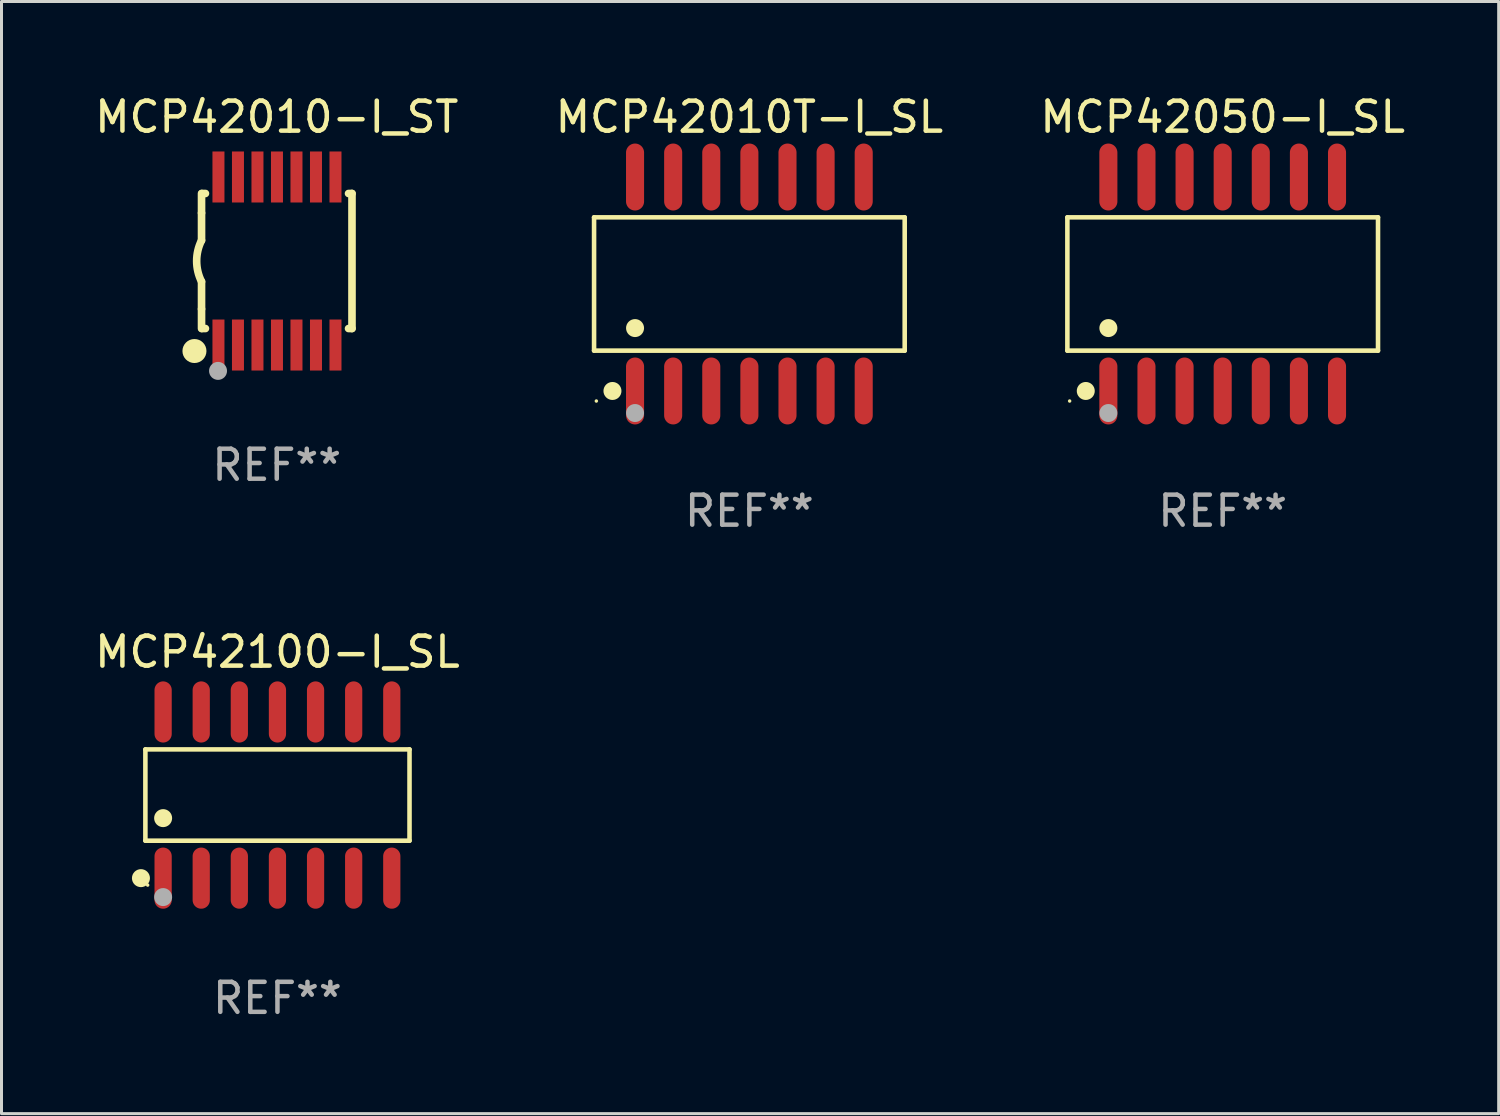
<source format=kicad_pcb>
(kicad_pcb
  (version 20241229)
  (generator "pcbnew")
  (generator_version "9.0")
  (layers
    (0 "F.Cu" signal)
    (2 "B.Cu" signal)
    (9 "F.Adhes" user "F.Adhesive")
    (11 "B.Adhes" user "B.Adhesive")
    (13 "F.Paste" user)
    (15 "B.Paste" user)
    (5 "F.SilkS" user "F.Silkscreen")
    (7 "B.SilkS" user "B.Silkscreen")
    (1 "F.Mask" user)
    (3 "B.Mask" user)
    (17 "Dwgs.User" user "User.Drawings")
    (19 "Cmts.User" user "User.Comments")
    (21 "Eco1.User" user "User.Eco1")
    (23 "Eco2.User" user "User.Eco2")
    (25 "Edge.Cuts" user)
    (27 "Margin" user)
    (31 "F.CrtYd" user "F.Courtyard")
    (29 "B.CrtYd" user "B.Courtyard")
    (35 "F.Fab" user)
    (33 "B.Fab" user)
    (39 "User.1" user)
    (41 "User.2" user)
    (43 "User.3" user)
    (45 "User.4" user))
  (footprint "MCP42010-I_ST"
    (layer "F.Cu")
    (at 6.173 5.648)
    (property "Reference" "MCP42010-I_ST" (at 0 -4.8 0) (layer "F.SilkS") (effects (font (size 1 1) (thickness 0.15))))
    (attr through_hole)
    (fp_line (start -2.507 -1.6) (end -2.507 -2.25) (stroke (width 0.254) (type solid)) (layer "F.SilkS"))
    (fp_line (start -2.507 -0.686) (end -2.507 -1.6) (stroke (width 0.254) (type solid)) (layer "F.SilkS"))
    (fp_line (start -2.507 1.6) (end -2.507 0.686) (stroke (width 0.254) (type solid)) (layer "F.SilkS"))
    (fp_line (start -2.507 1.6) (end -2.507 2.25) (stroke (width 0.254) (type solid)) (layer "F.SilkS"))
    (fp_line (start -2.493 -2.25) (end -2.377 -2.25) (stroke (width 0.254) (type solid)) (layer "F.SilkS"))
    (fp_line (start -2.377 2.25) (end -2.493 2.25) (stroke (width 0.254) (type solid)) (layer "F.SilkS"))
    (fp_line (start 2.392 -2.25) (end 2.507 -2.25) (stroke (width 0.254) (type solid)) (layer "F.SilkS"))
    (fp_line (start 2.507 -2.25) (end 2.507 2.25) (stroke (width 0.254) (type solid)) (layer "F.SilkS"))
    (fp_line (start 2.507 2.25) (end 2.392 2.25) (stroke (width 0.254) (type solid)) (layer "F.SilkS"))
    (fp_arc (start -2.507303 0.685802) (mid -2.669199 0) (end -2.507303 -0.685801) (stroke (width 0.254001) (type solid)) (layer "F.SilkS"))
    (fp_circle (center -2.743 3) (end -2.543 3) (stroke (width 0.4) (type solid)) (fill no) (layer "F.SilkS"))
    (fp_circle (center -2.493 3.2) (end -2.463 3.2) (stroke (width 0.06) (type solid)) (fill no) (layer "F.SilkS"))
    (fp_circle (center -1.957 3.662) (end -1.807 3.662) (stroke (width 0.3) (type solid)) (fill no) (layer "F.Fab"))
    (fp_text user "REF**" (at 0 6.8 0) (layer "F.Fab") (effects (font (size 1 1) (thickness 0.15))))
    (pad "1" smd rect (at -1.943 2.8) (size 0.4 1.7) (layers "F.Cu" "F.Mask" "F.Paste"))
    (pad "2" smd rect (at -1.293 2.8) (size 0.4 1.7) (layers "F.Cu" "F.Mask" "F.Paste"))
    (pad "3" smd rect (at -0.643 2.8) (size 0.4 1.7) (layers "F.Cu" "F.Mask" "F.Paste"))
    (pad "4" smd rect (at 0.007 2.8) (size 0.4 1.7) (layers "F.Cu" "F.Mask" "F.Paste"))
    (pad "5" smd rect (at 0.657 2.8) (size 0.4 1.7) (layers "F.Cu" "F.Mask" "F.Paste"))
    (pad "6" smd rect (at 1.307 2.8) (size 0.4 1.7) (layers "F.Cu" "F.Mask" "F.Paste"))
    (pad "7" smd rect (at 1.957 2.8) (size 0.4 1.7) (layers "F.Cu" "F.Mask" "F.Paste"))
    (pad "8" smd rect (at 1.957 -2.8) (size 0.4 1.7) (layers "F.Cu" "F.Mask" "F.Paste"))
    (pad "9" smd rect (at 1.307 -2.8) (size 0.4 1.7) (layers "F.Cu" "F.Mask" "F.Paste"))
    (pad "10" smd rect (at 0.657 -2.8) (size 0.4 1.7) (layers "F.Cu" "F.Mask" "F.Paste"))
    (pad "11" smd rect (at 0.007 -2.8) (size 0.4 1.7) (layers "F.Cu" "F.Mask" "F.Paste"))
    (pad "12" smd rect (at -0.643 -2.8) (size 0.4 1.7) (layers "F.Cu" "F.Mask" "F.Paste"))
    (pad "13" smd rect (at -1.293 -2.8) (size 0.4 1.7) (layers "F.Cu" "F.Mask" "F.Paste"))
    (pad "14" smd rect (at -1.943 -2.8) (size 0.4 1.7) (layers "F.Cu" "F.Mask" "F.Paste")))
  (footprint "MCP42050-I_SL"
    (layer "F.Cu")
    (at 37.696 6.414)
    (property "Reference" "MCP42050-I_SL" (at 0 -5.565 0) (layer "F.SilkS") (effects (font (size 1 1) (thickness 0.15))))
    (attr through_hole)
    (fp_line (start -5.176 -2.221) (end 5.176 -2.221) (stroke (width 0.152) (type solid)) (layer "F.SilkS"))
    (fp_line (start -5.176 2.221) (end -5.176 -2.221) (stroke (width 0.152) (type solid)) (layer "F.SilkS"))
    (fp_line (start 5.176 -2.221) (end 5.176 2.221) (stroke (width 0.152) (type solid)) (layer "F.SilkS"))
    (fp_line (start 5.176 2.221) (end -5.176 2.221) (stroke (width 0.152) (type solid)) (layer "F.SilkS"))
    (fp_circle (center -5.1 3.9) (end -5.07 3.9) (stroke (width 0.06) (type solid)) (fill no) (layer "F.SilkS"))
    (fp_circle (center -4.563 3.565) (end -4.413 3.565) (stroke (width 0.3) (type solid)) (fill no) (layer "F.SilkS"))
    (fp_circle (center -3.81 1.469) (end -3.66 1.469) (stroke (width 0.3) (type solid)) (fill no) (layer "F.SilkS"))
    (fp_circle (center -3.81 4.3) (end -3.66 4.3) (stroke (width 0.3) (type solid)) (fill no) (layer "F.Fab"))
    (fp_text user "REF**" (at 0 7.565 0) (layer "F.Fab") (effects (font (size 1 1) (thickness 0.15))))
    (pad "1" smd oval (at -3.81 3.565) (size 0.602 2.231) (layers "F.Cu" "F.Mask" "F.Paste"))
    (pad "2" smd oval (at -2.54 3.565) (size 0.602 2.231) (layers "F.Cu" "F.Mask" "F.Paste"))
    (pad "3" smd oval (at -1.27 3.565) (size 0.602 2.231) (layers "F.Cu" "F.Mask" "F.Paste"))
    (pad "4" smd oval (at 0 3.565) (size 0.602 2.231) (layers "F.Cu" "F.Mask" "F.Paste"))
    (pad "5" smd oval (at 1.27 3.565) (size 0.602 2.231) (layers "F.Cu" "F.Mask" "F.Paste"))
    (pad "6" smd oval (at 2.54 3.565) (size 0.602 2.231) (layers "F.Cu" "F.Mask" "F.Paste"))
    (pad "7" smd oval (at 3.81 3.565) (size 0.602 2.231) (layers "F.Cu" "F.Mask" "F.Paste"))
    (pad "8" smd oval (at 3.81 -3.565) (size 0.602 2.231) (layers "F.Cu" "F.Mask" "F.Paste"))
    (pad "9" smd oval (at 2.54 -3.565) (size 0.602 2.231) (layers "F.Cu" "F.Mask" "F.Paste"))
    (pad "10" smd oval (at 1.27 -3.565) (size 0.602 2.231) (layers "F.Cu" "F.Mask" "F.Paste"))
    (pad "11" smd oval (at 0 -3.565) (size 0.602 2.231) (layers "F.Cu" "F.Mask" "F.Paste"))
    (pad "12" smd oval (at -1.27 -3.565) (size 0.602 2.231) (layers "F.Cu" "F.Mask" "F.Paste"))
    (pad "13" smd oval (at -2.54 -3.565) (size 0.602 2.231) (layers "F.Cu" "F.Mask" "F.Paste"))
    (pad "14" smd oval (at -3.81 -3.565) (size 0.602 2.231) (layers "F.Cu" "F.Mask" "F.Paste")))
  (footprint "MCP42010T-I_SL"
    (layer "F.Cu")
    (at 21.923 6.414)
    (property "Reference" "MCP42010T-I_SL" (at 0 -5.565 0) (layer "F.SilkS") (effects (font (size 1 1) (thickness 0.15))))
    (attr through_hole)
    (fp_line (start -5.176 -2.221) (end 5.176 -2.221) (stroke (width 0.152) (type solid)) (layer "F.SilkS"))
    (fp_line (start -5.176 2.221) (end -5.176 -2.221) (stroke (width 0.152) (type solid)) (layer "F.SilkS"))
    (fp_line (start 5.176 -2.221) (end 5.176 2.221) (stroke (width 0.152) (type solid)) (layer "F.SilkS"))
    (fp_line (start 5.176 2.221) (end -5.176 2.221) (stroke (width 0.152) (type solid)) (layer "F.SilkS"))
    (fp_circle (center -5.1 3.9) (end -5.07 3.9) (stroke (width 0.06) (type solid)) (fill no) (layer "F.SilkS"))
    (fp_circle (center -4.563 3.565) (end -4.413 3.565) (stroke (width 0.3) (type solid)) (fill no) (layer "F.SilkS"))
    (fp_circle (center -3.81 1.469) (end -3.66 1.469) (stroke (width 0.3) (type solid)) (fill no) (layer "F.SilkS"))
    (fp_circle (center -3.81 4.3) (end -3.66 4.3) (stroke (width 0.3) (type solid)) (fill no) (layer "F.Fab"))
    (fp_text user "REF**" (at 0 7.565 0) (layer "F.Fab") (effects (font (size 1 1) (thickness 0.15))))
    (pad "1" smd oval (at -3.81 3.565) (size 0.602 2.231) (layers "F.Cu" "F.Mask" "F.Paste"))
    (pad "2" smd oval (at -2.54 3.565) (size 0.602 2.231) (layers "F.Cu" "F.Mask" "F.Paste"))
    (pad "3" smd oval (at -1.27 3.565) (size 0.602 2.231) (layers "F.Cu" "F.Mask" "F.Paste"))
    (pad "4" smd oval (at 0 3.565) (size 0.602 2.231) (layers "F.Cu" "F.Mask" "F.Paste"))
    (pad "5" smd oval (at 1.27 3.565) (size 0.602 2.231) (layers "F.Cu" "F.Mask" "F.Paste"))
    (pad "6" smd oval (at 2.54 3.565) (size 0.602 2.231) (layers "F.Cu" "F.Mask" "F.Paste"))
    (pad "7" smd oval (at 3.81 3.565) (size 0.602 2.231) (layers "F.Cu" "F.Mask" "F.Paste"))
    (pad "8" smd oval (at 3.81 -3.565) (size 0.602 2.231) (layers "F.Cu" "F.Mask" "F.Paste"))
    (pad "9" smd oval (at 2.54 -3.565) (size 0.602 2.231) (layers "F.Cu" "F.Mask" "F.Paste"))
    (pad "10" smd oval (at 1.27 -3.565) (size 0.602 2.231) (layers "F.Cu" "F.Mask" "F.Paste"))
    (pad "11" smd oval (at 0 -3.565) (size 0.602 2.231) (layers "F.Cu" "F.Mask" "F.Paste"))
    (pad "12" smd oval (at -1.27 -3.565) (size 0.602 2.231) (layers "F.Cu" "F.Mask" "F.Paste"))
    (pad "13" smd oval (at -2.54 -3.565) (size 0.602 2.231) (layers "F.Cu" "F.Mask" "F.Paste"))
    (pad "14" smd oval (at -3.81 -3.565) (size 0.602 2.231) (layers "F.Cu" "F.Mask" "F.Paste")))
  (footprint "MCP42100-I_SL"
    (layer "F.Cu")
    (at 6.196 23.445)
    (property "Reference" "MCP42100-I_SL" (at 0 -4.769 0) (layer "F.SilkS") (effects (font (size 1 1) (thickness 0.15))))
    (attr through_hole)
    (fp_line (start -4.401 -1.521) (end 4.401 -1.521) (stroke (width 0.152) (type solid)) (layer "F.SilkS"))
    (fp_line (start -4.401 1.521) (end -4.401 -1.521) (stroke (width 0.152) (type solid)) (layer "F.SilkS"))
    (fp_line (start 4.401 -1.521) (end 4.401 1.521) (stroke (width 0.152) (type solid)) (layer "F.SilkS"))
    (fp_line (start 4.401 1.521) (end -4.401 1.521) (stroke (width 0.152) (type solid)) (layer "F.SilkS"))
    (fp_circle (center -4.549 2.769) (end -4.399 2.769) (stroke (width 0.3) (type solid)) (fill no) (layer "F.SilkS"))
    (fp_circle (center -4.325 3) (end -4.295 3) (stroke (width 0.06) (type solid)) (fill no) (layer "F.SilkS"))
    (fp_circle (center -3.81 0.769) (end -3.66 0.769) (stroke (width 0.3) (type solid)) (fill no) (layer "F.SilkS"))
    (fp_circle (center -3.81 3.4) (end -3.66 3.4) (stroke (width 0.3) (type solid)) (fill no) (layer "F.Fab"))
    (fp_text user "REF**" (at 0 6.769 0) (layer "F.Fab") (effects (font (size 1 1) (thickness 0.15))))
    (pad "1" smd oval (at -3.81 2.769) (size 0.574 2.038) (layers "F.Cu" "F.Mask" "F.Paste"))
    (pad "2" smd oval (at -2.54 2.769) (size 0.574 2.038) (layers "F.Cu" "F.Mask" "F.Paste"))
    (pad "3" smd oval (at -1.27 2.769) (size 0.574 2.038) (layers "F.Cu" "F.Mask" "F.Paste"))
    (pad "4" smd oval (at 0 2.769) (size 0.574 2.038) (layers "F.Cu" "F.Mask" "F.Paste"))
    (pad "5" smd oval (at 1.27 2.769) (size 0.574 2.038) (layers "F.Cu" "F.Mask" "F.Paste"))
    (pad "6" smd oval (at 2.54 2.769) (size 0.574 2.038) (layers "F.Cu" "F.Mask" "F.Paste"))
    (pad "7" smd oval (at 3.81 2.769) (size 0.574 2.038) (layers "F.Cu" "F.Mask" "F.Paste"))
    (pad "8" smd oval (at 3.81 -2.769) (size 0.574 2.038) (layers "F.Cu" "F.Mask" "F.Paste"))
    (pad "9" smd oval (at 2.54 -2.769) (size 0.574 2.038) (layers "F.Cu" "F.Mask" "F.Paste"))
    (pad "10" smd oval (at 1.27 -2.769) (size 0.574 2.038) (layers "F.Cu" "F.Mask" "F.Paste"))
    (pad "11" smd oval (at 0 -2.769) (size 0.574 2.038) (layers "F.Cu" "F.Mask" "F.Paste"))
    (pad "12" smd oval (at -1.27 -2.769) (size 0.574 2.038) (layers "F.Cu" "F.Mask" "F.Paste"))
    (pad "13" smd oval (at -2.54 -2.769) (size 0.574 2.038) (layers "F.Cu" "F.Mask" "F.Paste"))
    (pad "14" smd oval (at -3.81 -2.769) (size 0.574 2.038) (layers "F.Cu" "F.Mask" "F.Paste")))
  (gr_rect
    (start -3 -3)
    (end 46.893 34.062)
    (stroke (width 0.1) (type default))
    (fill no)
    (layer "Edge.Cuts")))
</source>
